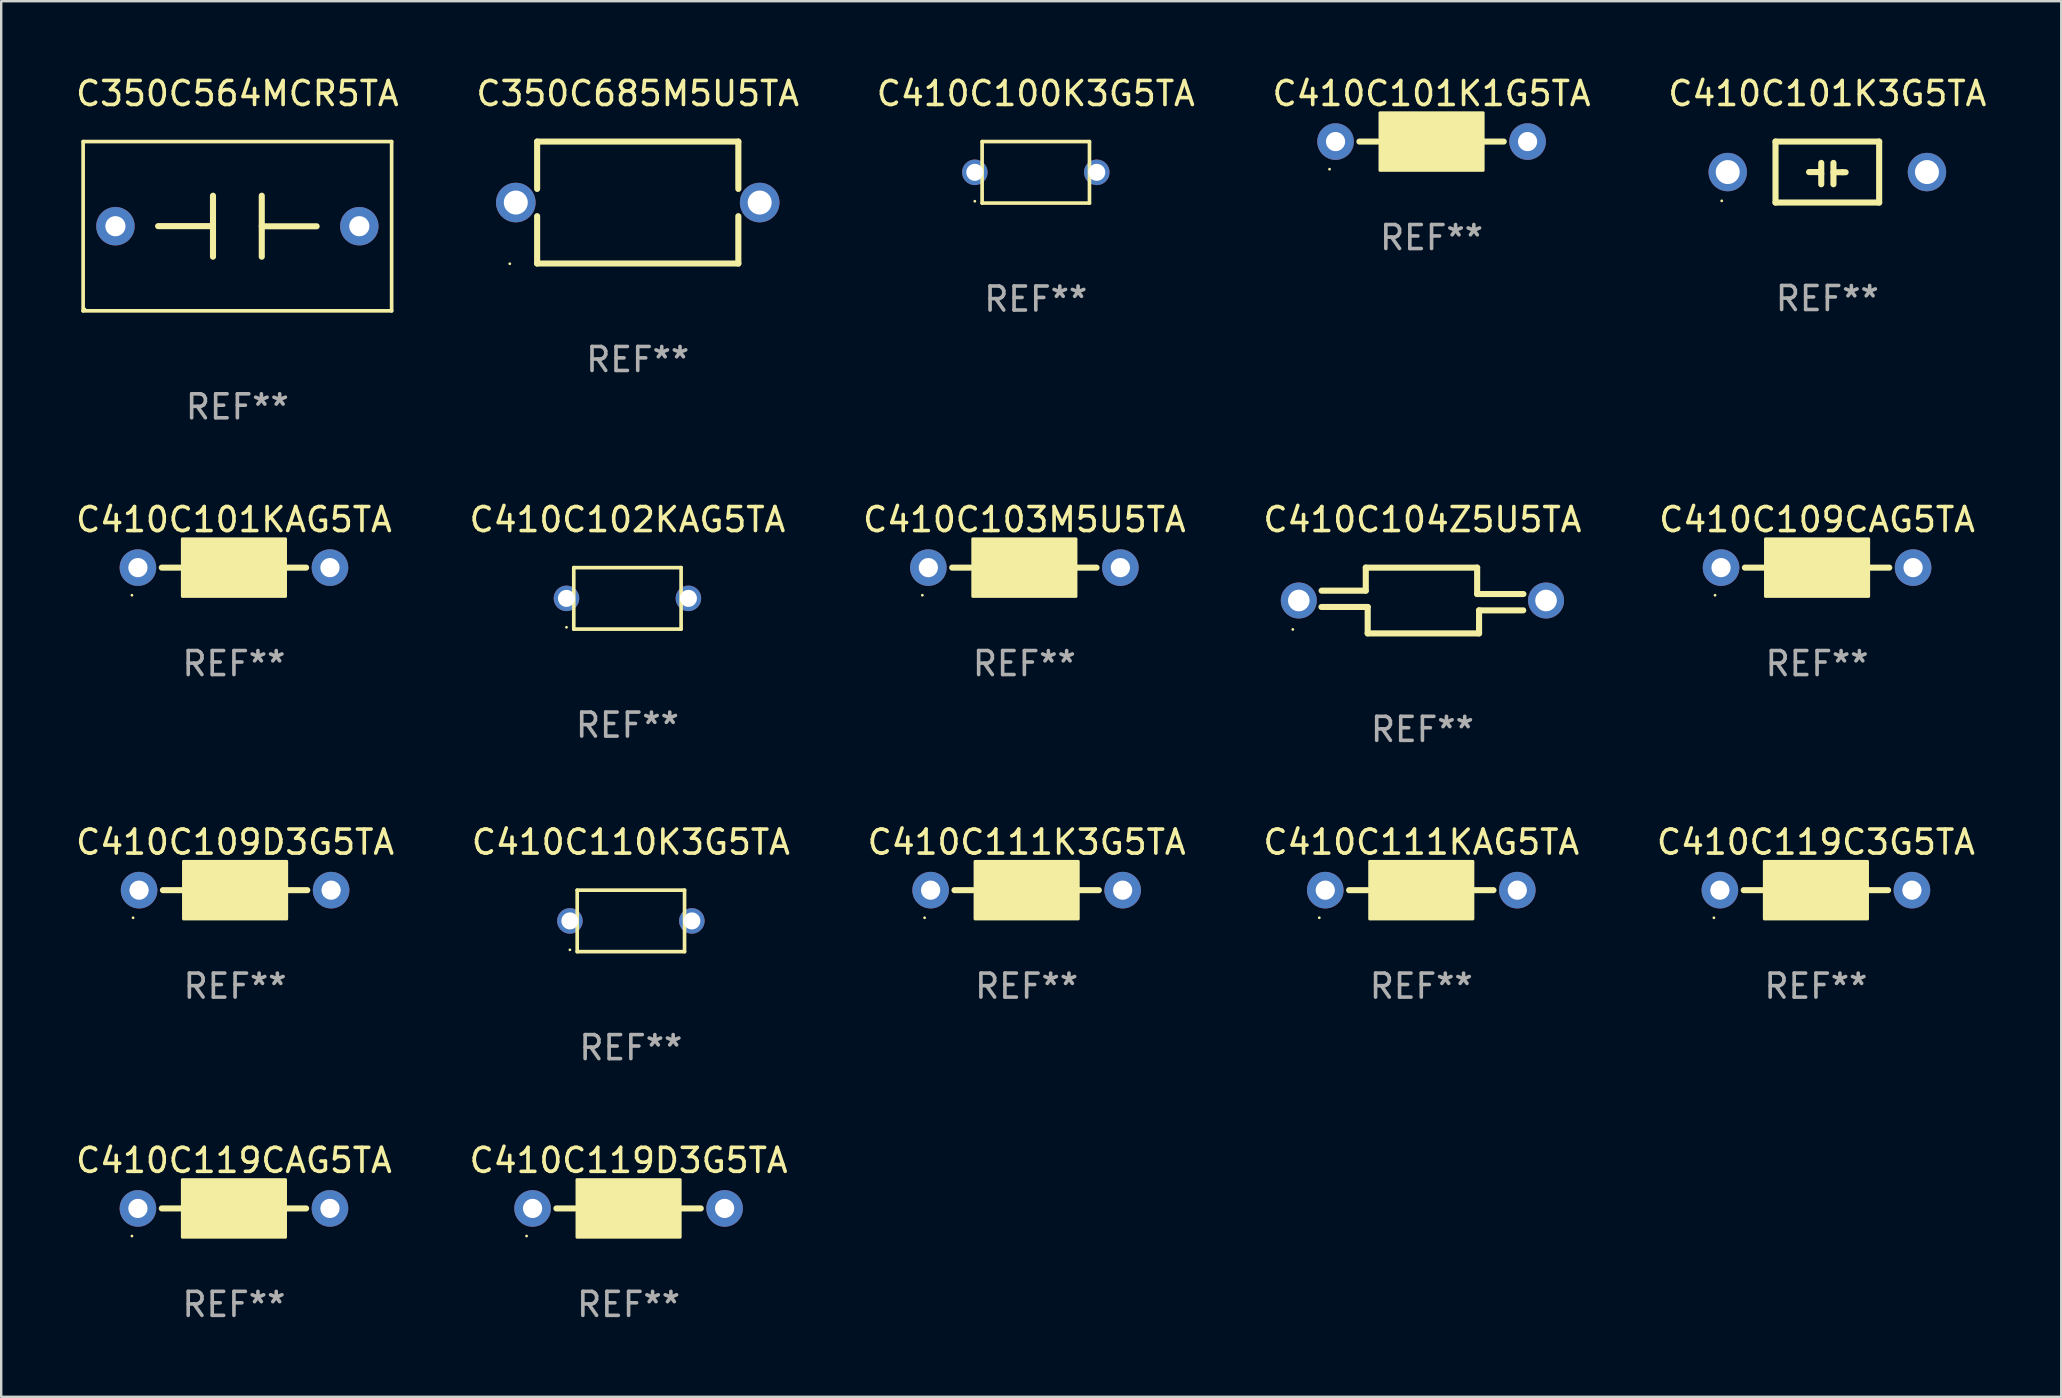
<source format=kicad_pcb>
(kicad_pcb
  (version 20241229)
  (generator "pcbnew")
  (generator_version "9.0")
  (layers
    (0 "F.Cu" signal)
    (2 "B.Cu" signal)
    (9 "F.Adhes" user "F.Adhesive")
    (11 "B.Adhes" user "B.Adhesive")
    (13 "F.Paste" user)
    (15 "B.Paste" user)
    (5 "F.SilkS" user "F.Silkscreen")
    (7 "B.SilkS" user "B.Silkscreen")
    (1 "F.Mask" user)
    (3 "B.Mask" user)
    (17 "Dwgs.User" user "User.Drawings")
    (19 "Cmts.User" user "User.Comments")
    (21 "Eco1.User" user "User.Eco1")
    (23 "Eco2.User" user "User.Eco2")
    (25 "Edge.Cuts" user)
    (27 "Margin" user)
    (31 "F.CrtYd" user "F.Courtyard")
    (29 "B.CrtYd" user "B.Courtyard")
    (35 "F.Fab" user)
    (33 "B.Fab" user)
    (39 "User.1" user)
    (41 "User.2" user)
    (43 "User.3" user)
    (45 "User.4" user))
  (footprint "C410C103M5U5TA"
    (layer "F.Cu")
    (at 39.625 20.597)
    (property "Reference" "C410C103M5U5TA" (at 0 -2 0) (layer "F.SilkS") (effects (font (size 1 1) (thickness 0.15))))
    (attr through_hole)
    (fp_line (start -2.25 0) (end -3.007 0) (stroke (width 0.254) (type solid)) (layer "F.SilkS"))
    (fp_line (start 2.2 0) (end 3.007 0) (stroke (width 0.254) (type solid)) (layer "F.SilkS"))
    (fp_circle (center -4.25 1.15) (end -4.22 1.15) (stroke (width 0.06) (type solid)) (fill no) (layer "F.SilkS"))
    (fp_poly (pts (xy -2.15 -1.2) (xy 2.15 -1.2) (xy 2.15 1.2) (xy -2.15 1.2)) (stroke (width 0.12) (type solid)) (fill yes) (layer "F.SilkS"))
    (fp_text user "REF**" (at 0 4 0) (layer "F.Fab") (effects (font (size 1 1) (thickness 0.15))))
    (pad "1" thru_hole circle (at -4 0) (size 1.524 1.524) (drill 0.8) (layers "*.Cu" "*.Mask"))
    (pad "2" thru_hole circle (at 4 0) (size 1.524 1.524) (drill 0.8) (layers "*.Cu" "*.Mask")))
  (footprint "C410C119C3G5TA"
    (layer "F.Cu")
    (at 72.601 34.034)
    (property "Reference" "C410C119C3G5TA" (at 0 -2 0) (layer "F.SilkS") (effects (font (size 1 1) (thickness 0.15))))
    (attr through_hole)
    (fp_line (start -2.25 0) (end -3.007 0) (stroke (width 0.254) (type solid)) (layer "F.SilkS"))
    (fp_line (start 2.2 0) (end 3.007 0) (stroke (width 0.254) (type solid)) (layer "F.SilkS"))
    (fp_circle (center -4.25 1.15) (end -4.22 1.15) (stroke (width 0.06) (type solid)) (fill no) (layer "F.SilkS"))
    (fp_poly (pts (xy -2.15 -1.2) (xy 2.15 -1.2) (xy 2.15 1.2) (xy -2.15 1.2)) (stroke (width 0.12) (type solid)) (fill yes) (layer "F.SilkS"))
    (fp_text user "REF**" (at 0 4 0) (layer "F.Fab") (effects (font (size 1 1) (thickness 0.15))))
    (pad "1" thru_hole circle (at -4 0) (size 1.524 1.524) (drill 0.8) (layers "*.Cu" "*.Mask"))
    (pad "2" thru_hole circle (at 4 0) (size 1.524 1.524) (drill 0.8) (layers "*.Cu" "*.Mask")))
  (footprint "C410C119CAG5TA"
    (layer "F.Cu")
    (at 6.696 47.293)
    (property "Reference" "C410C119CAG5TA" (at 0 -2 0) (layer "F.SilkS") (effects (font (size 1 1) (thickness 0.15))))
    (attr through_hole)
    (fp_line (start -2.25 0) (end -3.007 0) (stroke (width 0.254) (type solid)) (layer "F.SilkS"))
    (fp_line (start 2.2 0) (end 3.007 0) (stroke (width 0.254) (type solid)) (layer "F.SilkS"))
    (fp_circle (center -4.25 1.15) (end -4.22 1.15) (stroke (width 0.06) (type solid)) (fill no) (layer "F.SilkS"))
    (fp_poly (pts (xy -2.15 -1.2) (xy 2.15 -1.2) (xy 2.15 1.2) (xy -2.15 1.2)) (stroke (width 0.12) (type solid)) (fill yes) (layer "F.SilkS"))
    (fp_text user "REF**" (at 0 4 0) (layer "F.Fab") (effects (font (size 1 1) (thickness 0.15))))
    (pad "1" thru_hole circle (at -4 0) (size 1.524 1.524) (drill 0.8) (layers "*.Cu" "*.Mask"))
    (pad "2" thru_hole circle (at 4 0) (size 1.524 1.524) (drill 0.8) (layers "*.Cu" "*.Mask")))
  (footprint "C410C101K3G5TA"
    (layer "F.Cu")
    (at 73.077 4.118)
    (property "Reference" "C410C101K3G5TA" (at 0 -3.27 0) (layer "F.SilkS") (effects (font (size 1 1) (thickness 0.15))))
    (attr through_hole)
    (fp_line (start -2.159 -1.27) (end -2.159 1.27) (stroke (width 0.254) (type solid)) (layer "F.SilkS"))
    (fp_line (start -2.159 1.27) (end 2.159 1.27) (stroke (width 0.254) (type solid)) (layer "F.SilkS"))
    (fp_line (start -0.762 0) (end -0.322 0) (stroke (width 0.254) (type solid)) (layer "F.SilkS"))
    (fp_line (start -0.322 0) (end -0.254 0.068) (stroke (width 0.254) (type solid)) (layer "F.SilkS"))
    (fp_line (start -0.254 -0.381) (end -0.254 0.508) (stroke (width 0.254) (type solid)) (layer "F.SilkS"))
    (fp_line (start 0.254 -0.381) (end 0.254 0.508) (stroke (width 0.254) (type solid)) (layer "F.SilkS"))
    (fp_line (start 0.254 0.008) (end 0.635 0.008) (stroke (width 0.254) (type solid)) (layer "F.SilkS"))
    (fp_line (start 0.635 0.008) (end 0.762 0.008) (stroke (width 0.254) (type solid)) (layer "F.SilkS"))
    (fp_line (start 2.159 -1.27) (end -2.159 -1.27) (stroke (width 0.254) (type solid)) (layer "F.SilkS"))
    (fp_line (start 2.159 1.27) (end 2.159 -1.27) (stroke (width 0.254) (type solid)) (layer "F.SilkS"))
    (fp_circle (center -4.4 1.2) (end -4.37 1.2) (stroke (width 0.06) (type solid)) (fill no) (layer "F.SilkS"))
    (fp_text user "REF**" (at 0 5.27 0) (layer "F.Fab") (effects (font (size 1 1) (thickness 0.15))))
    (pad "1" thru_hole circle (at -4.15 0) (size 1.6 1.6) (drill 1) (layers "*.Cu" "*.Mask"))
    (pad "2" thru_hole circle (at 4.15 0) (size 1.6 1.6) (drill 1) (layers "*.Cu" "*.Mask")))
  (footprint "C410C109CAG5TA"
    (layer "F.Cu")
    (at 72.649 20.597)
    (property "Reference" "C410C109CAG5TA" (at 0 -2 0) (layer "F.SilkS") (effects (font (size 1 1) (thickness 0.15))))
    (attr through_hole)
    (fp_line (start -2.25 0) (end -3.007 0) (stroke (width 0.254) (type solid)) (layer "F.SilkS"))
    (fp_line (start 2.2 0) (end 3.007 0) (stroke (width 0.254) (type solid)) (layer "F.SilkS"))
    (fp_circle (center -4.25 1.15) (end -4.22 1.15) (stroke (width 0.06) (type solid)) (fill no) (layer "F.SilkS"))
    (fp_poly (pts (xy -2.15 -1.2) (xy 2.15 -1.2) (xy 2.15 1.2) (xy -2.15 1.2)) (stroke (width 0.12) (type solid)) (fill yes) (layer "F.SilkS"))
    (fp_text user "REF**" (at 0 4 0) (layer "F.Fab") (effects (font (size 1 1) (thickness 0.15))))
    (pad "1" thru_hole circle (at -4 0) (size 1.524 1.524) (drill 0.8) (layers "*.Cu" "*.Mask"))
    (pad "2" thru_hole circle (at 4 0) (size 1.524 1.524) (drill 0.8) (layers "*.Cu" "*.Mask")))
  (footprint "C410C101K1G5TA"
    (layer "F.Cu")
    (at 56.589 2.848)
    (property "Reference" "C410C101K1G5TA" (at 0 -2 0) (layer "F.SilkS") (effects (font (size 1 1) (thickness 0.15))))
    (attr through_hole)
    (fp_line (start -2.25 0) (end -3.007 0) (stroke (width 0.254) (type solid)) (layer "F.SilkS"))
    (fp_line (start 2.2 0) (end 3.007 0) (stroke (width 0.254) (type solid)) (layer "F.SilkS"))
    (fp_circle (center -4.25 1.15) (end -4.22 1.15) (stroke (width 0.06) (type solid)) (fill no) (layer "F.SilkS"))
    (fp_poly (pts (xy -2.15 -1.2) (xy 2.15 -1.2) (xy 2.15 1.2) (xy -2.15 1.2)) (stroke (width 0.12) (type solid)) (fill yes) (layer "F.SilkS"))
    (fp_text user "REF**" (at 0 4 0) (layer "F.Fab") (effects (font (size 1 1) (thickness 0.15))))
    (pad "1" thru_hole circle (at -4 0) (size 1.524 1.524) (drill 0.8) (layers "*.Cu" "*.Mask"))
    (pad "2" thru_hole circle (at 4 0) (size 1.524 1.524) (drill 0.8) (layers "*.Cu" "*.Mask")))
  (footprint "C350C564MCR5TA"
    (layer "F.Cu")
    (at 6.839 6.374)
    (property "Reference" "C350C564MCR5TA" (at 0 -5.526 0) (layer "F.SilkS") (effects (font (size 1 1) (thickness 0.15))))
    (attr through_hole)
    (fp_line (start -6.426 -3.526) (end 6.426 -3.526) (stroke (width 0.152) (type solid)) (layer "F.SilkS"))
    (fp_line (start -6.426 3.526) (end -6.426 -3.526) (stroke (width 0.152) (type solid)) (layer "F.SilkS"))
    (fp_line (start -1.016 -1.27) (end -1.016 1.27) (stroke (width 0.254) (type solid)) (layer "F.SilkS"))
    (fp_line (start -1.016 -0.003) (end -3.302 -0.003) (stroke (width 0.254) (type solid)) (layer "F.SilkS"))
    (fp_line (start 1.016 0.003) (end 3.302 0.003) (stroke (width 0.254) (type solid)) (layer "F.SilkS"))
    (fp_line (start 1.016 1.27) (end 1.016 -1.27) (stroke (width 0.254) (type solid)) (layer "F.SilkS"))
    (fp_line (start 6.426 -3.526) (end 6.426 3.526) (stroke (width 0.152) (type solid)) (layer "F.SilkS"))
    (fp_line (start 6.426 3.526) (end -6.426 3.526) (stroke (width 0.152) (type solid)) (layer "F.SilkS"))
    (fp_circle (center -6.35 3.45) (end -6.32 3.45) (stroke (width 0.06) (type solid)) (fill no) (layer "F.SilkS"))
    (fp_text user "REF**" (at 0 7.526 0) (layer "F.Fab") (effects (font (size 1 1) (thickness 0.15))))
    (pad "1" thru_hole circle (at -5.08 -0.000013) (size 1.6 1.6) (drill 0.84) (layers "*.Cu" "*.Mask"))
    (pad "2" thru_hole circle (at 5.08 -0.000013) (size 1.6 1.6) (drill 0.84) (layers "*.Cu" "*.Mask")))
  (footprint "C410C111K3G5TA"
    (layer "F.Cu")
    (at 39.72 34.034)
    (property "Reference" "C410C111K3G5TA" (at 0 -2 0) (layer "F.SilkS") (effects (font (size 1 1) (thickness 0.15))))
    (attr through_hole)
    (fp_line (start -2.25 0) (end -3.007 0) (stroke (width 0.254) (type solid)) (layer "F.SilkS"))
    (fp_line (start 2.2 0) (end 3.007 0) (stroke (width 0.254) (type solid)) (layer "F.SilkS"))
    (fp_circle (center -4.25 1.15) (end -4.22 1.15) (stroke (width 0.06) (type solid)) (fill no) (layer "F.SilkS"))
    (fp_poly (pts (xy -2.15 -1.2) (xy 2.15 -1.2) (xy 2.15 1.2) (xy -2.15 1.2)) (stroke (width 0.12) (type solid)) (fill yes) (layer "F.SilkS"))
    (fp_text user "REF**" (at 0 4 0) (layer "F.Fab") (effects (font (size 1 1) (thickness 0.15))))
    (pad "1" thru_hole circle (at -4 0) (size 1.524 1.524) (drill 0.8) (layers "*.Cu" "*.Mask"))
    (pad "2" thru_hole circle (at 4 0) (size 1.524 1.524) (drill 0.8) (layers "*.Cu" "*.Mask")))
  (footprint "C410C119D3G5TA"
    (layer "F.Cu")
    (at 23.137 47.293)
    (property "Reference" "C410C119D3G5TA" (at 0 -2 0) (layer "F.SilkS") (effects (font (size 1 1) (thickness 0.15))))
    (attr through_hole)
    (fp_line (start -2.25 0) (end -3.007 0) (stroke (width 0.254) (type solid)) (layer "F.SilkS"))
    (fp_line (start 2.2 0) (end 3.007 0) (stroke (width 0.254) (type solid)) (layer "F.SilkS"))
    (fp_circle (center -4.25 1.15) (end -4.22 1.15) (stroke (width 0.06) (type solid)) (fill no) (layer "F.SilkS"))
    (fp_poly (pts (xy -2.15 -1.2) (xy 2.15 -1.2) (xy 2.15 1.2) (xy -2.15 1.2)) (stroke (width 0.12) (type solid)) (fill yes) (layer "F.SilkS"))
    (fp_text user "REF**" (at 0 4 0) (layer "F.Fab") (effects (font (size 1 1) (thickness 0.15))))
    (pad "1" thru_hole circle (at -4 0) (size 1.524 1.524) (drill 0.8) (layers "*.Cu" "*.Mask"))
    (pad "2" thru_hole circle (at 4 0) (size 1.524 1.524) (drill 0.8) (layers "*.Cu" "*.Mask")))
  (footprint "C410C100K3G5TA"
    (layer "F.Cu")
    (at 40.101 4.129)
    (property "Reference" "C410C100K3G5TA" (at 0 -3.281 0) (layer "F.SilkS") (effects (font (size 1 1) (thickness 0.15))))
    (attr through_hole)
    (fp_line (start -2.236 -1.281) (end 2.236 -1.281) (stroke (width 0.152) (type solid)) (layer "F.SilkS"))
    (fp_line (start -2.236 1.281) (end -2.236 -1.281) (stroke (width 0.152) (type solid)) (layer "F.SilkS"))
    (fp_line (start 2.236 -1.281) (end 2.236 1.281) (stroke (width 0.152) (type solid)) (layer "F.SilkS"))
    (fp_line (start 2.236 1.281) (end -2.236 1.281) (stroke (width 0.152) (type solid)) (layer "F.SilkS"))
    (fp_circle (center -2.54 1.205) (end -2.51 1.205) (stroke (width 0.06) (type solid)) (fill no) (layer "F.SilkS"))
    (fp_text user "REF**" (at 0 5.281 0) (layer "F.Fab") (effects (font (size 1 1) (thickness 0.15))))
    (pad "1" thru_hole circle (at -2.54 0) (size 1.065 1.065) (drill 0.71) (layers "*.Cu" "*.Mask"))
    (pad "2" thru_hole circle (at 2.54 0) (size 1.065 1.065) (drill 0.71) (layers "*.Cu" "*.Mask")))
  (footprint "C410C104Z5U5TA"
    (layer "F.Cu")
    (at 56.208 21.967)
    (property "Reference" "C410C104Z5U5TA" (at 0 -3.37 0) (layer "F.SilkS") (effects (font (size 1 1) (thickness 0.15))))
    (attr through_hole)
    (fp_line (start -4.2 -0.41) (end -2.36 -0.41) (stroke (width 0.254) (type solid)) (layer "F.SilkS"))
    (fp_line (start -2.36 -1.37) (end 2.28 -1.37) (stroke (width 0.254) (type solid)) (layer "F.SilkS"))
    (fp_line (start -2.36 -0.41) (end -2.36 -1.37) (stroke (width 0.254) (type solid)) (layer "F.SilkS"))
    (fp_line (start -2.28 0.27) (end -4.207 0.27) (stroke (width 0.254) (type solid)) (layer "F.SilkS"))
    (fp_line (start -2.28 1.37) (end -2.28 0.27) (stroke (width 0.254) (type solid)) (layer "F.SilkS"))
    (fp_line (start 2.28 -1.37) (end 2.28 -0.27) (stroke (width 0.254) (type solid)) (layer "F.SilkS"))
    (fp_line (start 2.28 -0.27) (end 4.207 -0.27) (stroke (width 0.254) (type solid)) (layer "F.SilkS"))
    (fp_line (start 2.36 0.41) (end 2.36 1.37) (stroke (width 0.254) (type solid)) (layer "F.SilkS"))
    (fp_line (start 2.36 1.37) (end -2.28 1.37) (stroke (width 0.254) (type solid)) (layer "F.SilkS"))
    (fp_line (start 4.2 0.41) (end 2.36 0.41) (stroke (width 0.254) (type solid)) (layer "F.SilkS"))
    (fp_circle (center -5.4 1.205) (end -5.37 1.205) (stroke (width 0.06) (type solid)) (fill no) (layer "F.SilkS"))
    (fp_text user "REF**" (at 0 5.37 0) (layer "F.Fab") (effects (font (size 1 1) (thickness 0.15))))
    (pad "1" thru_hole circle (at -5.15 0) (size 1.5 1.5) (drill 0.9) (layers "*.Cu" "*.Mask"))
    (pad "2" thru_hole circle (at 5.15 0) (size 1.5 1.5) (drill 0.9) (layers "*.Cu" "*.Mask")))
  (footprint "C350C685M5U5TA"
    (layer "F.Cu")
    (at 23.518 5.388)
    (property "Reference" "C350C685M5U5TA" (at 0 -4.54 0) (layer "F.SilkS") (effects (font (size 1 1) (thickness 0.15))))
    (attr through_hole)
    (fp_line (start -4.191 -2.54) (end -4.191 -0.568) (stroke (width 0.254) (type solid)) (layer "F.SilkS"))
    (fp_line (start -4.191 0.568) (end -4.191 2.54) (stroke (width 0.254) (type solid)) (layer "F.SilkS"))
    (fp_line (start -4.191 2.54) (end 4.191 2.54) (stroke (width 0.254) (type solid)) (layer "F.SilkS"))
    (fp_line (start 4.191 -2.54) (end -4.191 -2.54) (stroke (width 0.254) (type solid)) (layer "F.SilkS"))
    (fp_line (start 4.191 -0.568) (end 4.191 -2.54) (stroke (width 0.254) (type solid)) (layer "F.SilkS"))
    (fp_line (start 4.191 2.54) (end 4.191 0.568) (stroke (width 0.254) (type solid)) (layer "F.SilkS"))
    (fp_circle (center -5.33 2.55) (end -5.3 2.55) (stroke (width 0.06) (type solid)) (fill no) (layer "F.SilkS"))
    (fp_text user "REF**" (at 0 6.54 0) (layer "F.Fab") (effects (font (size 1 1) (thickness 0.15))))
    (pad "1" thru_hole circle (at -5.08 0) (size 1.65 1.65) (drill 1) (layers "*.Cu" "*.Mask"))
    (pad "2" thru_hole circle (at 5.08 0) (size 1.65 1.65) (drill 1) (layers "*.Cu" "*.Mask")))
  (footprint "C410C110K3G5TA"
    (layer "F.Cu")
    (at 23.232 35.315)
    (property "Reference" "C410C110K3G5TA" (at 0 -3.281 0) (layer "F.SilkS") (effects (font (size 1 1) (thickness 0.15))))
    (attr through_hole)
    (fp_line (start -2.236 -1.281) (end 2.236 -1.281) (stroke (width 0.152) (type solid)) (layer "F.SilkS"))
    (fp_line (start -2.236 1.281) (end -2.236 -1.281) (stroke (width 0.152) (type solid)) (layer "F.SilkS"))
    (fp_line (start 2.236 -1.281) (end 2.236 1.281) (stroke (width 0.152) (type solid)) (layer "F.SilkS"))
    (fp_line (start 2.236 1.281) (end -2.236 1.281) (stroke (width 0.152) (type solid)) (layer "F.SilkS"))
    (fp_circle (center -2.54 1.205) (end -2.51 1.205) (stroke (width 0.06) (type solid)) (fill no) (layer "F.SilkS"))
    (fp_text user "REF**" (at 0 5.281 0) (layer "F.Fab") (effects (font (size 1 1) (thickness 0.15))))
    (pad "1" thru_hole circle (at -2.54 0) (size 1.065 1.065) (drill 0.71) (layers "*.Cu" "*.Mask"))
    (pad "2" thru_hole circle (at 2.54 0) (size 1.065 1.065) (drill 0.71) (layers "*.Cu" "*.Mask")))
  (footprint "C410C102KAG5TA"
    (layer "F.Cu")
    (at 23.089 21.878)
    (property "Reference" "C410C102KAG5TA" (at 0 -3.281 0) (layer "F.SilkS") (effects (font (size 1 1) (thickness 0.15))))
    (attr through_hole)
    (fp_line (start -2.236 -1.281) (end 2.236 -1.281) (stroke (width 0.152) (type solid)) (layer "F.SilkS"))
    (fp_line (start -2.236 1.281) (end -2.236 -1.281) (stroke (width 0.152) (type solid)) (layer "F.SilkS"))
    (fp_line (start 2.236 -1.281) (end 2.236 1.281) (stroke (width 0.152) (type solid)) (layer "F.SilkS"))
    (fp_line (start 2.236 1.281) (end -2.236 1.281) (stroke (width 0.152) (type solid)) (layer "F.SilkS"))
    (fp_circle (center -2.54 1.205) (end -2.51 1.205) (stroke (width 0.06) (type solid)) (fill no) (layer "F.SilkS"))
    (fp_text user "REF**" (at 0 5.281 0) (layer "F.Fab") (effects (font (size 1 1) (thickness 0.15))))
    (pad "1" thru_hole circle (at -2.54 0) (size 1.065 1.065) (drill 0.71) (layers "*.Cu" "*.Mask"))
    (pad "2" thru_hole circle (at 2.54 0) (size 1.065 1.065) (drill 0.71) (layers "*.Cu" "*.Mask")))
  (footprint "C410C111KAG5TA"
    (layer "F.Cu")
    (at 56.161 34.034)
    (property "Reference" "C410C111KAG5TA" (at 0 -2 0) (layer "F.SilkS") (effects (font (size 1 1) (thickness 0.15))))
    (attr through_hole)
    (fp_line (start -2.25 0) (end -3.007 0) (stroke (width 0.254) (type solid)) (layer "F.SilkS"))
    (fp_line (start 2.2 0) (end 3.007 0) (stroke (width 0.254) (type solid)) (layer "F.SilkS"))
    (fp_circle (center -4.25 1.15) (end -4.22 1.15) (stroke (width 0.06) (type solid)) (fill no) (layer "F.SilkS"))
    (fp_poly (pts (xy -2.15 -1.2) (xy 2.15 -1.2) (xy 2.15 1.2) (xy -2.15 1.2)) (stroke (width 0.12) (type solid)) (fill yes) (layer "F.SilkS"))
    (fp_text user "REF**" (at 0 4 0) (layer "F.Fab") (effects (font (size 1 1) (thickness 0.15))))
    (pad "1" thru_hole circle (at -4 0) (size 1.524 1.524) (drill 0.8) (layers "*.Cu" "*.Mask"))
    (pad "2" thru_hole circle (at 4 0) (size 1.524 1.524) (drill 0.8) (layers "*.Cu" "*.Mask")))
  (footprint "C410C101KAG5TA"
    (layer "F.Cu")
    (at 6.696 20.597)
    (property "Reference" "C410C101KAG5TA" (at 0 -2 0) (layer "F.SilkS") (effects (font (size 1 1) (thickness 0.15))))
    (attr through_hole)
    (fp_line (start -2.25 0) (end -3.007 0) (stroke (width 0.254) (type solid)) (layer "F.SilkS"))
    (fp_line (start 2.2 0) (end 3.007 0) (stroke (width 0.254) (type solid)) (layer "F.SilkS"))
    (fp_circle (center -4.25 1.15) (end -4.22 1.15) (stroke (width 0.06) (type solid)) (fill no) (layer "F.SilkS"))
    (fp_poly (pts (xy -2.15 -1.2) (xy 2.15 -1.2) (xy 2.15 1.2) (xy -2.15 1.2)) (stroke (width 0.12) (type solid)) (fill yes) (layer "F.SilkS"))
    (fp_text user "REF**" (at 0 4 0) (layer "F.Fab") (effects (font (size 1 1) (thickness 0.15))))
    (pad "1" thru_hole circle (at -4 0) (size 1.524 1.524) (drill 0.8) (layers "*.Cu" "*.Mask"))
    (pad "2" thru_hole circle (at 4 0) (size 1.524 1.524) (drill 0.8) (layers "*.Cu" "*.Mask")))
  (footprint "C410C109D3G5TA"
    (layer "F.Cu")
    (at 6.744 34.034)
    (property "Reference" "C410C109D3G5TA" (at 0 -2 0) (layer "F.SilkS") (effects (font (size 1 1) (thickness 0.15))))
    (attr through_hole)
    (fp_line (start -2.25 0) (end -3.007 0) (stroke (width 0.254) (type solid)) (layer "F.SilkS"))
    (fp_line (start 2.2 0) (end 3.007 0) (stroke (width 0.254) (type solid)) (layer "F.SilkS"))
    (fp_circle (center -4.25 1.15) (end -4.22 1.15) (stroke (width 0.06) (type solid)) (fill no) (layer "F.SilkS"))
    (fp_poly (pts (xy -2.15 -1.2) (xy 2.15 -1.2) (xy 2.15 1.2) (xy -2.15 1.2)) (stroke (width 0.12) (type solid)) (fill yes) (layer "F.SilkS"))
    (fp_text user "REF**" (at 0 4 0) (layer "F.Fab") (effects (font (size 1 1) (thickness 0.15))))
    (pad "1" thru_hole circle (at -4 0) (size 1.524 1.524) (drill 0.8) (layers "*.Cu" "*.Mask"))
    (pad "2" thru_hole circle (at 4 0) (size 1.524 1.524) (drill 0.8) (layers "*.Cu" "*.Mask")))
  (gr_rect
    (start -3 -3)
    (end 82.821 55.141)
    (stroke (width 0.1) (type default))
    (fill no)
    (layer "Edge.Cuts")))
</source>
